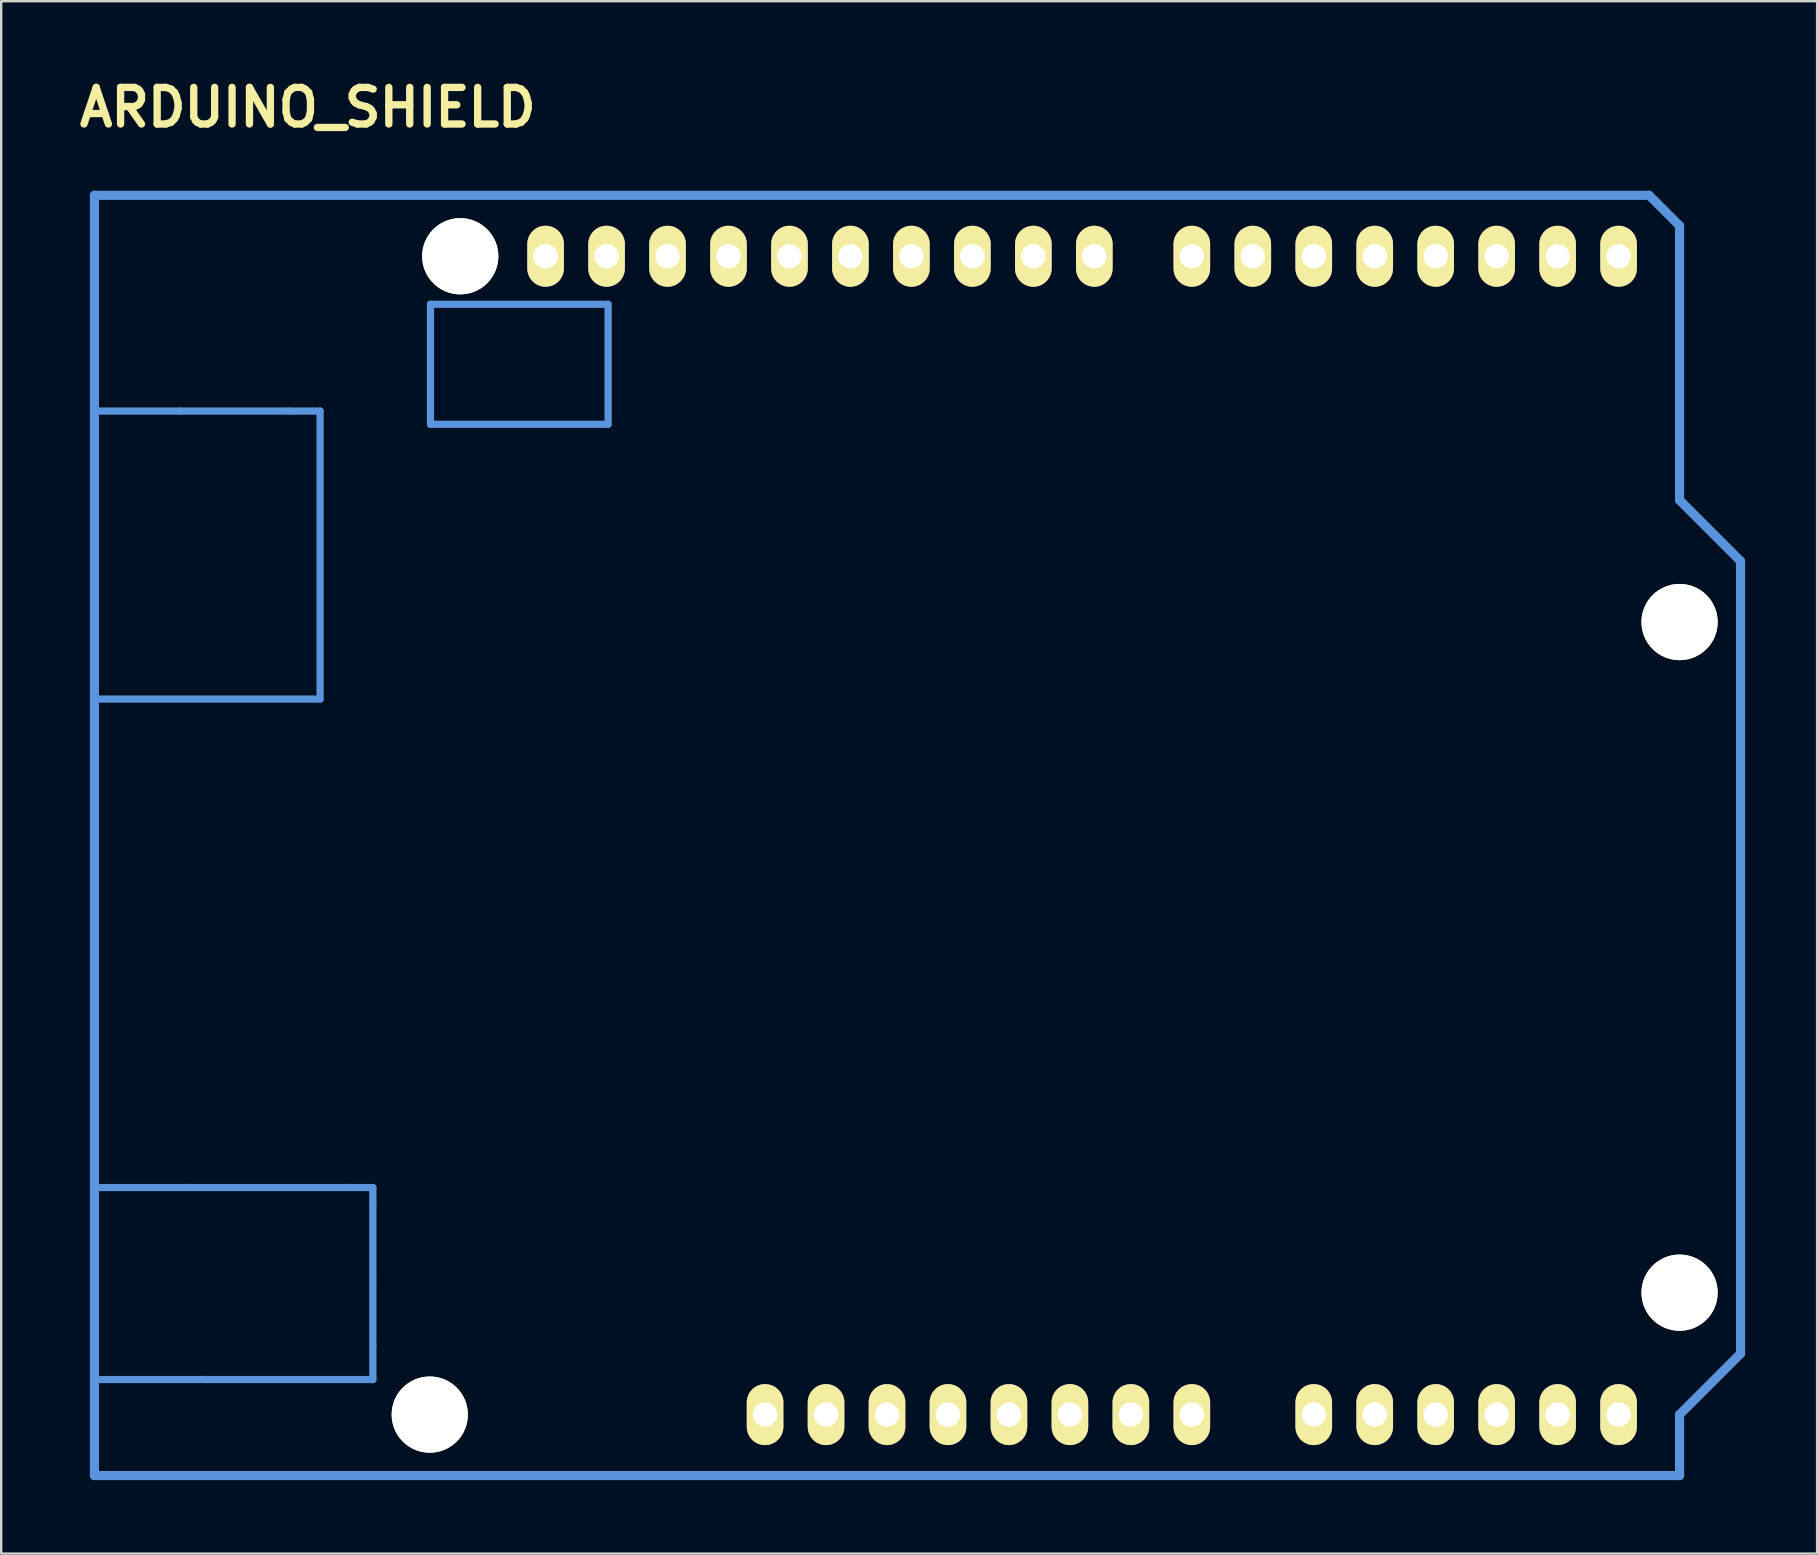
<source format=kicad_pcb>
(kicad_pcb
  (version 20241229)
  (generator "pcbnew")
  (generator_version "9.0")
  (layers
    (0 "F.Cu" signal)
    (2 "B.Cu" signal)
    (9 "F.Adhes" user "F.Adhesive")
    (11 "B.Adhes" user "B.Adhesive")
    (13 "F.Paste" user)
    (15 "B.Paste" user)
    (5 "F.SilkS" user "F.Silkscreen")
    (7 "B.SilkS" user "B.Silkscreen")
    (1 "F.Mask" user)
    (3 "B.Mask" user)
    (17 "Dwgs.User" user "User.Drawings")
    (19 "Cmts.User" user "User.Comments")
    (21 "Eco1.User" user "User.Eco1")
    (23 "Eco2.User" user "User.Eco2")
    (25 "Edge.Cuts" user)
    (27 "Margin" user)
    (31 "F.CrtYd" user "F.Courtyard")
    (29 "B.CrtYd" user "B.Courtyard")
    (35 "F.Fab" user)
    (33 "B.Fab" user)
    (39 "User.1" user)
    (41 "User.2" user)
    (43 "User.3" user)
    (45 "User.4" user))
  (footprint "ARDUINO_SHIELD"
    (layer "F.Cu")
    (at 0.885 58.426)
    (property "Reference" "ARDUINO_SHIELD" (at 8.89 -57 0) (layer "F.SilkS") (effects (font (size 1.524 1.524) (thickness 0.305))))
    (attr through_hole)
    (fp_line (start 0 -12) (end 3.9 -12) (stroke (width 0.3) (type solid)) (layer "Cmts.User"))
    (fp_line (start 0 0) (end 0 -53.34) (stroke (width 0.381) (type solid)) (layer "Cmts.User"))
    (fp_line (start 3.55 -44.35) (end 0 -44.35) (stroke (width 0.3) (type solid)) (layer "Cmts.User"))
    (fp_line (start 3.55 -44.35) (end 8.1 -44.35) (stroke (width 0.3) (type solid)) (layer "Cmts.User"))
    (fp_line (start 3.9 -12) (end 10.55 -12) (stroke (width 0.3) (type solid)) (layer "Cmts.User"))
    (fp_line (start 4.7 -4) (end 0 -4) (stroke (width 0.3) (type solid)) (layer "Cmts.User"))
    (fp_line (start 4.7 -4) (end 11.6 -4) (stroke (width 0.3) (type solid)) (layer "Cmts.User"))
    (fp_line (start 8.1 -44.35) (end 9.4 -44.35) (stroke (width 0.3) (type solid)) (layer "Cmts.User"))
    (fp_line (start 9.4 -44.35) (end 9.4 -32.35) (stroke (width 0.3) (type solid)) (layer "Cmts.User"))
    (fp_line (start 9.4 -32.35) (end 0 -32.35) (stroke (width 0.3) (type solid)) (layer "Cmts.User"))
    (fp_line (start 10.55 -12) (end 11.6 -12) (stroke (width 0.3) (type solid)) (layer "Cmts.User"))
    (fp_line (start 11.6 -12) (end 11.6 -11.35) (stroke (width 0.3) (type solid)) (layer "Cmts.User"))
    (fp_line (start 11.6 -8.15) (end 11.6 -11.35) (stroke (width 0.3) (type solid)) (layer "Cmts.User"))
    (fp_line (start 11.6 -8.15) (end 11.6 -5.45) (stroke (width 0.3) (type solid)) (layer "Cmts.User"))
    (fp_line (start 11.6 -4) (end 11.6 -5.45) (stroke (width 0.3) (type solid)) (layer "Cmts.User"))
    (fp_line (start 14 -48.8) (end 14 -43.8) (stroke (width 0.3) (type solid)) (layer "Cmts.User"))
    (fp_line (start 14 -43.8) (end 21.4 -43.8) (stroke (width 0.3) (type solid)) (layer "Cmts.User"))
    (fp_line (start 21.4 -48.8) (end 14 -48.8) (stroke (width 0.3) (type solid)) (layer "Cmts.User"))
    (fp_line (start 21.4 -43.8) (end 21.4 -48.8) (stroke (width 0.3) (type solid)) (layer "Cmts.User"))
    (fp_line (start 64.77 -53.34) (end 0 -53.34) (stroke (width 0.381) (type solid)) (layer "Cmts.User"))
    (fp_line (start 66.04 -52.07) (end 64.77 -53.34) (stroke (width 0.381) (type solid)) (layer "Cmts.User"))
    (fp_line (start 66.04 -40.64) (end 66.04 -52.07) (stroke (width 0.381) (type solid)) (layer "Cmts.User"))
    (fp_line (start 66.04 -40.64) (end 68.58 -38.1) (stroke (width 0.381) (type solid)) (layer "Cmts.User"))
    (fp_line (start 66.04 -2.54) (end 66.04 0) (stroke (width 0.381) (type solid)) (layer "Cmts.User"))
    (fp_line (start 66.04 0) (end 0 0) (stroke (width 0.381) (type solid)) (layer "Cmts.User"))
    (fp_line (start 68.58 -38.1) (end 68.58 -5.08) (stroke (width 0.381) (type solid)) (layer "Cmts.User"))
    (fp_line (start 68.58 -5.08) (end 66.04 -2.54) (stroke (width 0.381) (type solid)) (layer "Cmts.User"))
    (pad "" np_thru_hole circle (at 13.97 -2.54 90) (size 3.175 3.175) (drill 3.175) (layers "*.Cu" "*.Mask" "F.SilkS"))
    (pad "" np_thru_hole circle (at 15.24 -50.8 90) (size 3.175 3.175) (drill 3.175) (layers "*.Cu" "*.Mask" "F.SilkS"))
    (pad "" np_thru_hole circle (at 66.04 -35.56 90) (size 3.175 3.175) (drill 3.175) (layers "*.Cu" "*.Mask" "F.SilkS"))
    (pad "" np_thru_hole circle (at 66.04 -7.62 90) (size 3.175 3.175) (drill 3.175) (layers "*.Cu" "*.Mask" "F.SilkS"))
    (pad "0" thru_hole oval (at 63.5 -50.8 90) (size 2.54 1.524) (drill 1.016) (layers "*.Cu" "*.Mask" "F.SilkS"))
    (pad "1" thru_hole oval (at 60.96 -50.8 90) (size 2.54 1.524) (drill 1.016) (layers "*.Cu" "*.Mask" "F.SilkS"))
    (pad "2" thru_hole oval (at 58.42 -50.8 90) (size 2.54 1.524) (drill 1.016) (layers "*.Cu" "*.Mask" "F.SilkS"))
    (pad "3" thru_hole oval (at 55.88 -50.8 90) (size 2.54 1.524) (drill 1.016) (layers "*.Cu" "*.Mask" "F.SilkS"))
    (pad "3V3" thru_hole oval (at 35.56 -2.54 90) (size 2.54 1.524) (drill 1.016) (layers "*.Cu" "*.Mask" "F.SilkS"))
    (pad "4" thru_hole oval (at 53.34 -50.8 90) (size 2.54 1.524) (drill 1.016) (layers "*.Cu" "*.Mask" "F.SilkS"))
    (pad "5" thru_hole oval (at 50.8 -50.8 90) (size 2.54 1.524) (drill 1.016) (layers "*.Cu" "*.Mask" "F.SilkS"))
    (pad "5V" thru_hole oval (at 38.1 -2.54 90) (size 2.54 1.524) (drill 1.016) (layers "*.Cu" "*.Mask" "F.SilkS"))
    (pad "6" thru_hole oval (at 48.26 -50.8 90) (size 2.54 1.524) (drill 1.016) (layers "*.Cu" "*.Mask" "F.SilkS"))
    (pad "7" thru_hole oval (at 45.72 -50.8 90) (size 2.54 1.524) (drill 1.016) (layers "*.Cu" "*.Mask" "F.SilkS"))
    (pad "8" thru_hole oval (at 41.656 -50.8 90) (size 2.54 1.524) (drill 1.016) (layers "*.Cu" "*.Mask" "F.SilkS"))
    (pad "9" thru_hole oval (at 39.116 -50.8 90) (size 2.54 1.524) (drill 1.016) (layers "*.Cu" "*.Mask" "F.SilkS"))
    (pad "10" thru_hole oval (at 36.576 -50.8 90) (size 2.54 1.524) (drill 1.016) (layers "*.Cu" "*.Mask" "F.SilkS"))
    (pad "11" thru_hole oval (at 34.036 -50.8 90) (size 2.54 1.524) (drill 1.016) (layers "*.Cu" "*.Mask" "F.SilkS"))
    (pad "12" thru_hole oval (at 31.496 -50.8 90) (size 2.54 1.524) (drill 1.016) (layers "*.Cu" "*.Mask" "F.SilkS"))
    (pad "13" thru_hole oval (at 28.956 -50.8 90) (size 2.54 1.524) (drill 1.016) (layers "*.Cu" "*.Mask" "F.SilkS"))
    (pad "AD0" thru_hole oval (at 50.8 -2.54 90) (size 2.54 1.524) (drill 1.016) (layers "*.Cu" "*.Mask" "F.SilkS"))
    (pad "AD1" thru_hole oval (at 53.34 -2.54 90) (size 2.54 1.524) (drill 1.016) (layers "*.Cu" "*.Mask" "F.SilkS"))
    (pad "AD2" thru_hole oval (at 55.88 -2.54 90) (size 2.54 1.524) (drill 1.016) (layers "*.Cu" "*.Mask" "F.SilkS"))
    (pad "AD3" thru_hole oval (at 58.42 -2.54 90) (size 2.54 1.524) (drill 1.016) (layers "*.Cu" "*.Mask" "F.SilkS"))
    (pad "AD4" thru_hole oval (at 60.96 -2.54 90) (size 2.54 1.524) (drill 1.016) (layers "*.Cu" "*.Mask" "F.SilkS"))
    (pad "AD5" thru_hole oval (at 63.5 -2.54 90) (size 2.54 1.524) (drill 1.016) (layers "*.Cu" "*.Mask" "F.SilkS"))
    (pad "AREF" thru_hole oval (at 23.876 -50.8 90) (size 2.54 1.524) (drill 1.016) (layers "*.Cu" "*.Mask" "F.SilkS"))
    (pad "GND1" thru_hole oval (at 40.64 -2.54 90) (size 2.54 1.524) (drill 1.016) (layers "*.Cu" "*.Mask" "F.SilkS"))
    (pad "GND2" thru_hole oval (at 43.18 -2.54 90) (size 2.54 1.524) (drill 1.016) (layers "*.Cu" "*.Mask" "F.SilkS"))
    (pad "GND3" thru_hole oval (at 26.416 -50.8 90) (size 2.54 1.524) (drill 1.016) (layers "*.Cu" "*.Mask" "F.SilkS"))
    (pad "IO_R" thru_hole oval (at 30.48 -2.54 90) (size 2.54 1.524) (drill 1.016) (layers "*.Cu" "*.Mask" "F.SilkS"))
    (pad "NC" thru_hole oval (at 27.94 -2.54 90) (size 2.54 1.524) (drill 1.016) (layers "*.Cu" "*.Mask" "F.SilkS"))
    (pad "RST" thru_hole oval (at 33.02 -2.54 90) (size 2.54 1.524) (drill 1.016) (layers "*.Cu" "*.Mask" "F.SilkS"))
    (pad "SCL" thru_hole oval (at 18.796 -50.8 90) (size 2.54 1.524) (drill 1.016) (layers "*.Cu" "*.Mask" "F.SilkS"))
    (pad "SDA" thru_hole oval (at 21.336 -50.8 90) (size 2.54 1.524) (drill 1.016) (layers "*.Cu" "*.Mask" "F.SilkS"))
    (pad "V_IN" thru_hole oval (at 45.72 -2.54 90) (size 2.54 1.524) (drill 1.016) (layers "*.Cu" "*.Mask" "F.SilkS")))
  (gr_rect
    (start -3 -3)
    (end 72.656 61.676)
    (stroke (width 0.1) (type default))
    (fill no)
    (layer "Edge.Cuts")))
</source>
